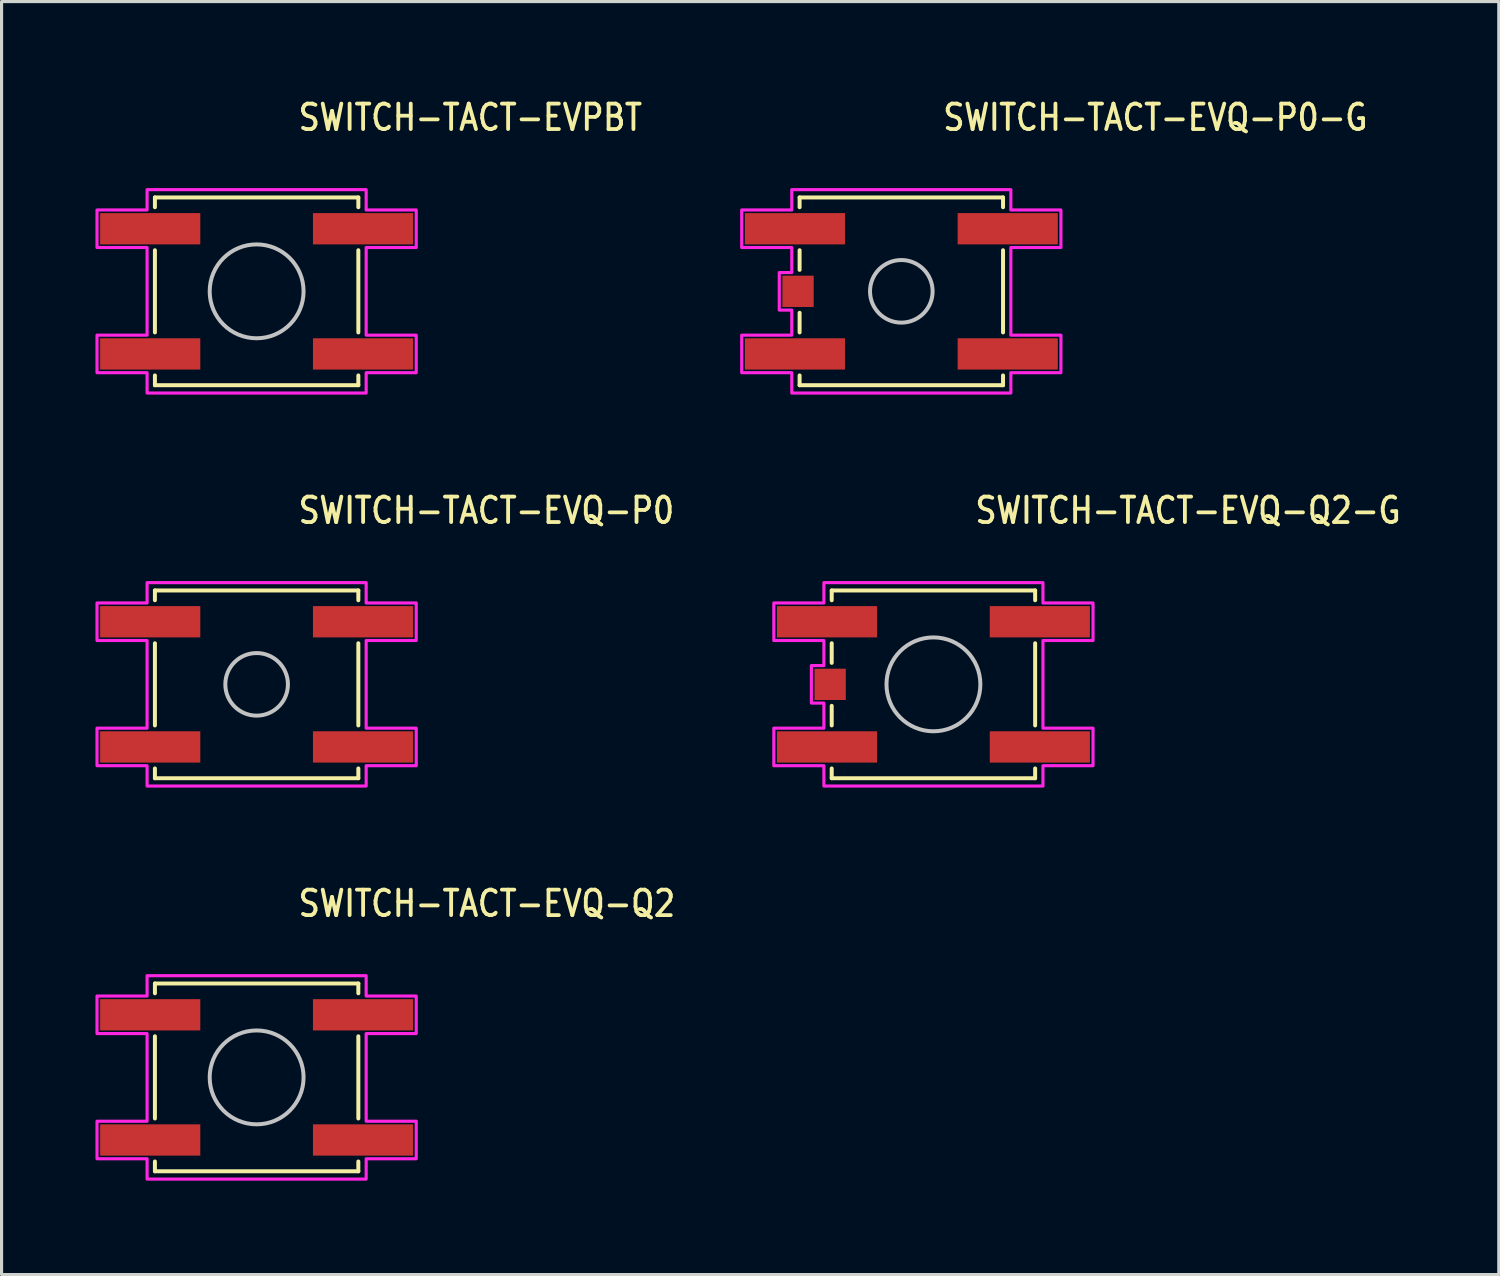
<source format=kicad_pcb>
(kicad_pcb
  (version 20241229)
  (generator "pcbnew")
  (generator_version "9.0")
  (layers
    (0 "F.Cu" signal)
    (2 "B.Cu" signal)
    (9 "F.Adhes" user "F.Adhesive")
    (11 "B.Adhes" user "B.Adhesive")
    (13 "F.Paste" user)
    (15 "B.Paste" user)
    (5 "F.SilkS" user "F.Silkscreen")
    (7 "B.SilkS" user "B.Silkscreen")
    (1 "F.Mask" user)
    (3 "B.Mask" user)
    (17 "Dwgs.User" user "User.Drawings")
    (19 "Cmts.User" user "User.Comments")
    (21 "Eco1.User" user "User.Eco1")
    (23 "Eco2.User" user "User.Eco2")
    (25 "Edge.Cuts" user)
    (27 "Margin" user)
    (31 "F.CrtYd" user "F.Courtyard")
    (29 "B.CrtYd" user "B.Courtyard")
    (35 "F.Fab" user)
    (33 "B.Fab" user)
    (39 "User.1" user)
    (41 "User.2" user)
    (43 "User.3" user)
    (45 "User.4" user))
  (footprint "SWITCH-TACT-EVQ-Q2-G"
    (layer "F.Cu")
    (at 26.776 18.817)
    (property "Reference" "SWITCH-TACT-EVQ-Q2-G" (at 1.27 -5.08 0) (unlocked yes) (layer "F.SilkS") (effects (font (size 0.813 0.695) (thickness 0.122)) (justify left bottom)))
    (fp_line (start -3.25 -3) (end -3.25 -2.687) (stroke (width 0.127) (type solid)) (layer "F.SilkS"))
    (fp_line (start -3.25 -3) (end 3.25 -3) (stroke (width 0.127) (type solid)) (layer "F.SilkS"))
    (fp_line (start -3.25 -1.313) (end -3.25 -0.686) (stroke (width 0.127) (type solid)) (layer "F.SilkS"))
    (fp_line (start -3.25 1.313) (end -3.25 0.686) (stroke (width 0.127) (type solid)) (layer "F.SilkS"))
    (fp_line (start -3.25 3) (end -3.25 2.687) (stroke (width 0.127) (type solid)) (layer "F.SilkS"))
    (fp_line (start 3.25 -3) (end 3.25 -2.687) (stroke (width 0.127) (type solid)) (layer "F.SilkS"))
    (fp_line (start 3.25 -1.313) (end 3.25 1.313) (stroke (width 0.127) (type solid)) (layer "F.SilkS"))
    (fp_line (start 3.25 3) (end -3.25 3) (stroke (width 0.127) (type solid)) (layer "F.SilkS"))
    (fp_line (start 3.25 3) (end 3.25 2.687) (stroke (width 0.127) (type solid)) (layer "F.SilkS"))
    (fp_circle (center 0 0) (end 1.5 0) (stroke (width 0.127) (type solid)) (fill no) (layer "Dwgs.User"))
    (fp_poly (pts (xy -5.1 -2.6) (xy -3.5 -2.6) (xy -3.5 -3.25) (xy 3.5 -3.25) (xy 3.5 -2.6) (xy 5.1 -2.6) (xy 5.1 -1.4) (xy 3.5 -1.4) (xy 3.5 1.4) (xy 5.1 1.4) (xy 5.1 2.6) (xy 3.5 2.6) (xy 3.5 3.25) (xy -3.5 3.25) (xy -3.5 2.6) (xy -5.1 2.6) (xy -5.1 1.4) (xy -3.5 1.4) (xy -3.5 0.6) (xy -3.9 0.6) (xy -3.9 -0.6) (xy -3.5 -0.6) (xy -3.5 -1.4) (xy -5.1 -1.4)) (stroke (width 0.1) (type solid)) (fill no) (layer "F.CrtYd"))
    (pad "A" smd rect (at 3.4 2) (size 3.2 1) (layers "F.Cu" "F.Mask" "F.Paste"))
    (pad "A'" smd rect (at -3.4 2) (size 3.2 1) (layers "F.Cu" "F.Mask" "F.Paste"))
    (pad "B" smd rect (at 3.4 -2) (size 3.2 1) (layers "F.Cu" "F.Mask" "F.Paste"))
    (pad "B'" smd rect (at -3.4 -2) (size 3.2 1) (layers "F.Cu" "F.Mask" "F.Paste"))
    (pad "SHELL" smd rect (at -3.3 0) (size 1 1) (layers "F.Cu" "F.Mask" "F.Paste")))
  (footprint "SWITCH-TACT-EVPBT"
    (layer "F.Cu")
    (at 5.15 6.259)
    (property "Reference" "SWITCH-TACT-EVPBT" (at 1.27 -5.08 0) (unlocked yes) (layer "F.SilkS") (effects (font (size 0.813 0.695) (thickness 0.122)) (justify left bottom)))
    (fp_line (start -3.25 -3) (end -3.25 -2.687) (stroke (width 0.127) (type solid)) (layer "F.SilkS"))
    (fp_line (start -3.25 -3) (end 3.25 -3) (stroke (width 0.127) (type solid)) (layer "F.SilkS"))
    (fp_line (start -3.25 -1.313) (end -3.25 1.313) (stroke (width 0.127) (type solid)) (layer "F.SilkS"))
    (fp_line (start -3.25 3) (end -3.25 2.687) (stroke (width 0.127) (type solid)) (layer "F.SilkS"))
    (fp_line (start 3.25 -3) (end 3.25 -2.687) (stroke (width 0.127) (type solid)) (layer "F.SilkS"))
    (fp_line (start 3.25 -1.313) (end 3.25 1.313) (stroke (width 0.127) (type solid)) (layer "F.SilkS"))
    (fp_line (start 3.25 3) (end -3.25 3) (stroke (width 0.127) (type solid)) (layer "F.SilkS"))
    (fp_line (start 3.25 3) (end 3.25 2.687) (stroke (width 0.127) (type solid)) (layer "F.SilkS"))
    (fp_circle (center 0 0) (end 1.5 0) (stroke (width 0.127) (type solid)) (fill no) (layer "Dwgs.User"))
    (fp_poly (pts (xy -5.1 -2.6) (xy -3.5 -2.6) (xy -3.5 -3.25) (xy 3.5 -3.25) (xy 3.5 -2.6) (xy 5.1 -2.6) (xy 5.1 -1.4) (xy 3.5 -1.4) (xy 3.5 1.4) (xy 5.1 1.4) (xy 5.1 2.6) (xy 3.5 2.6) (xy 3.5 3.25) (xy -3.5 3.25) (xy -3.5 2.6) (xy -5.1 2.6) (xy -5.1 1.4) (xy -3.5 1.4) (xy -3.5 -1.4) (xy -5.1 -1.4)) (stroke (width 0.1) (type solid)) (fill no) (layer "F.CrtYd"))
    (pad "A" smd rect (at 3.4 2) (size 3.2 1) (layers "F.Cu" "F.Mask" "F.Paste"))
    (pad "A'" smd rect (at -3.4 2) (size 3.2 1) (layers "F.Cu" "F.Mask" "F.Paste"))
    (pad "B" smd rect (at 3.4 -2) (size 3.2 1) (layers "F.Cu" "F.Mask" "F.Paste"))
    (pad "B'" smd rect (at -3.4 -2) (size 3.2 1) (layers "F.Cu" "F.Mask" "F.Paste")))
  (footprint "SWITCH-TACT-EVQ-P0-G"
    (layer "F.Cu")
    (at 25.75 6.259)
    (property "Reference" "SWITCH-TACT-EVQ-P0-G" (at 1.27 -5.08 0) (unlocked yes) (layer "F.SilkS") (effects (font (size 0.813 0.695) (thickness 0.122)) (justify left bottom)))
    (fp_line (start -3.25 -3) (end -3.25 -2.687) (stroke (width 0.127) (type solid)) (layer "F.SilkS"))
    (fp_line (start -3.25 -3) (end 3.25 -3) (stroke (width 0.127) (type solid)) (layer "F.SilkS"))
    (fp_line (start -3.25 -1.313) (end -3.25 -0.686) (stroke (width 0.127) (type solid)) (layer "F.SilkS"))
    (fp_line (start -3.25 1.313) (end -3.25 0.686) (stroke (width 0.127) (type solid)) (layer "F.SilkS"))
    (fp_line (start -3.25 3) (end -3.25 2.687) (stroke (width 0.127) (type solid)) (layer "F.SilkS"))
    (fp_line (start 3.25 -3) (end 3.25 -2.687) (stroke (width 0.127) (type solid)) (layer "F.SilkS"))
    (fp_line (start 3.25 -1.313) (end 3.25 1.313) (stroke (width 0.127) (type solid)) (layer "F.SilkS"))
    (fp_line (start 3.25 3) (end -3.25 3) (stroke (width 0.127) (type solid)) (layer "F.SilkS"))
    (fp_line (start 3.25 3) (end 3.25 2.687) (stroke (width 0.127) (type solid)) (layer "F.SilkS"))
    (fp_circle (center 0 0) (end 1 0) (stroke (width 0.127) (type solid)) (fill no) (layer "Dwgs.User"))
    (fp_poly (pts (xy -5.1 -2.6) (xy -3.5 -2.6) (xy -3.5 -3.25) (xy 3.5 -3.25) (xy 3.5 -2.6) (xy 5.1 -2.6) (xy 5.1 -1.4) (xy 3.5 -1.4) (xy 3.5 1.4) (xy 5.1 1.4) (xy 5.1 2.6) (xy 3.5 2.6) (xy 3.5 3.25) (xy -3.5 3.25) (xy -3.5 2.6) (xy -5.1 2.6) (xy -5.1 1.4) (xy -3.5 1.4) (xy -3.5 0.6) (xy -3.9 0.6) (xy -3.9 -0.6) (xy -3.5 -0.6) (xy -3.5 -1.4) (xy -5.1 -1.4)) (stroke (width 0.1) (type solid)) (fill no) (layer "F.CrtYd"))
    (pad "A" smd rect (at 3.4 2) (size 3.2 1) (layers "F.Cu" "F.Mask" "F.Paste"))
    (pad "A'" smd rect (at -3.4 2) (size 3.2 1) (layers "F.Cu" "F.Mask" "F.Paste"))
    (pad "B" smd rect (at 3.4 -2) (size 3.2 1) (layers "F.Cu" "F.Mask" "F.Paste"))
    (pad "B'" smd rect (at -3.4 -2) (size 3.2 1) (layers "F.Cu" "F.Mask" "F.Paste"))
    (pad "SHELL" smd rect (at -3.3 0) (size 1 1) (layers "F.Cu" "F.Mask" "F.Paste")))
  (footprint "SWITCH-TACT-EVQ-Q2"
    (layer "F.Cu")
    (at 5.15 31.376)
    (property "Reference" "SWITCH-TACT-EVQ-Q2" (at 1.27 -5.08 0) (unlocked yes) (layer "F.SilkS") (effects (font (size 0.813 0.695) (thickness 0.122)) (justify left bottom)))
    (fp_line (start -3.25 -3) (end -3.25 -2.687) (stroke (width 0.127) (type solid)) (layer "F.SilkS"))
    (fp_line (start -3.25 -3) (end 3.25 -3) (stroke (width 0.127) (type solid)) (layer "F.SilkS"))
    (fp_line (start -3.25 -1.313) (end -3.25 1.313) (stroke (width 0.127) (type solid)) (layer "F.SilkS"))
    (fp_line (start -3.25 3) (end -3.25 2.687) (stroke (width 0.127) (type solid)) (layer "F.SilkS"))
    (fp_line (start 3.25 -3) (end 3.25 -2.687) (stroke (width 0.127) (type solid)) (layer "F.SilkS"))
    (fp_line (start 3.25 -1.313) (end 3.25 1.313) (stroke (width 0.127) (type solid)) (layer "F.SilkS"))
    (fp_line (start 3.25 3) (end -3.25 3) (stroke (width 0.127) (type solid)) (layer "F.SilkS"))
    (fp_line (start 3.25 3) (end 3.25 2.687) (stroke (width 0.127) (type solid)) (layer "F.SilkS"))
    (fp_circle (center 0 0) (end 1.5 0) (stroke (width 0.127) (type solid)) (fill no) (layer "Dwgs.User"))
    (fp_poly (pts (xy -5.1 -2.6) (xy -3.5 -2.6) (xy -3.5 -3.25) (xy 3.5 -3.25) (xy 3.5 -2.6) (xy 5.1 -2.6) (xy 5.1 -1.4) (xy 3.5 -1.4) (xy 3.5 1.4) (xy 5.1 1.4) (xy 5.1 2.6) (xy 3.5 2.6) (xy 3.5 3.25) (xy -3.5 3.25) (xy -3.5 2.6) (xy -5.1 2.6) (xy -5.1 1.4) (xy -3.5 1.4) (xy -3.5 -1.4) (xy -5.1 -1.4)) (stroke (width 0.1) (type solid)) (fill no) (layer "F.CrtYd"))
    (pad "A" smd rect (at 3.4 2) (size 3.2 1) (layers "F.Cu" "F.Mask" "F.Paste"))
    (pad "A'" smd rect (at -3.4 2) (size 3.2 1) (layers "F.Cu" "F.Mask" "F.Paste"))
    (pad "B" smd rect (at 3.4 -2) (size 3.2 1) (layers "F.Cu" "F.Mask" "F.Paste"))
    (pad "B'" smd rect (at -3.4 -2) (size 3.2 1) (layers "F.Cu" "F.Mask" "F.Paste")))
  (footprint "SWITCH-TACT-EVQ-P0"
    (layer "F.Cu")
    (at 5.15 18.817)
    (property "Reference" "SWITCH-TACT-EVQ-P0" (at 1.27 -5.08 0) (unlocked yes) (layer "F.SilkS") (effects (font (size 0.813 0.695) (thickness 0.122)) (justify left bottom)))
    (fp_line (start -3.25 -3) (end -3.25 -2.687) (stroke (width 0.127) (type solid)) (layer "F.SilkS"))
    (fp_line (start -3.25 -3) (end 3.25 -3) (stroke (width 0.127) (type solid)) (layer "F.SilkS"))
    (fp_line (start -3.25 -1.313) (end -3.25 1.313) (stroke (width 0.127) (type solid)) (layer "F.SilkS"))
    (fp_line (start -3.25 3) (end -3.25 2.687) (stroke (width 0.127) (type solid)) (layer "F.SilkS"))
    (fp_line (start 3.25 -3) (end 3.25 -2.687) (stroke (width 0.127) (type solid)) (layer "F.SilkS"))
    (fp_line (start 3.25 -1.313) (end 3.25 1.313) (stroke (width 0.127) (type solid)) (layer "F.SilkS"))
    (fp_line (start 3.25 3) (end -3.25 3) (stroke (width 0.127) (type solid)) (layer "F.SilkS"))
    (fp_line (start 3.25 3) (end 3.25 2.687) (stroke (width 0.127) (type solid)) (layer "F.SilkS"))
    (fp_circle (center 0 0) (end 1 0) (stroke (width 0.127) (type solid)) (fill no) (layer "Dwgs.User"))
    (fp_poly (pts (xy -5.1 -2.6) (xy -3.5 -2.6) (xy -3.5 -3.25) (xy 3.5 -3.25) (xy 3.5 -2.6) (xy 5.1 -2.6) (xy 5.1 -1.4) (xy 3.5 -1.4) (xy 3.5 1.4) (xy 5.1 1.4) (xy 5.1 2.6) (xy 3.5 2.6) (xy 3.5 3.25) (xy -3.5 3.25) (xy -3.5 2.6) (xy -5.1 2.6) (xy -5.1 1.4) (xy -3.5 1.4) (xy -3.5 -1.4) (xy -5.1 -1.4)) (stroke (width 0.1) (type solid)) (fill no) (layer "F.CrtYd"))
    (pad "A" smd rect (at 3.4 2) (size 3.2 1) (layers "F.Cu" "F.Mask" "F.Paste"))
    (pad "A'" smd rect (at -3.4 2) (size 3.2 1) (layers "F.Cu" "F.Mask" "F.Paste"))
    (pad "B" smd rect (at 3.4 -2) (size 3.2 1) (layers "F.Cu" "F.Mask" "F.Paste"))
    (pad "B'" smd rect (at -3.4 -2) (size 3.2 1) (layers "F.Cu" "F.Mask" "F.Paste")))
  (gr_rect
    (start -3 -3)
    (end 44.841 37.676)
    (stroke (width 0.1) (type default))
    (fill no)
    (layer "Edge.Cuts")))
</source>
